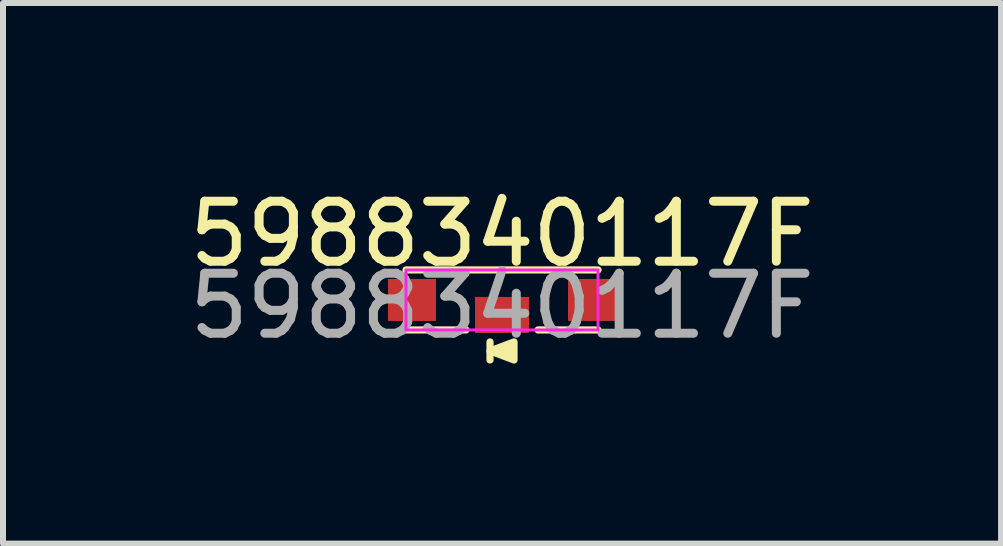
<source format=kicad_pcb>
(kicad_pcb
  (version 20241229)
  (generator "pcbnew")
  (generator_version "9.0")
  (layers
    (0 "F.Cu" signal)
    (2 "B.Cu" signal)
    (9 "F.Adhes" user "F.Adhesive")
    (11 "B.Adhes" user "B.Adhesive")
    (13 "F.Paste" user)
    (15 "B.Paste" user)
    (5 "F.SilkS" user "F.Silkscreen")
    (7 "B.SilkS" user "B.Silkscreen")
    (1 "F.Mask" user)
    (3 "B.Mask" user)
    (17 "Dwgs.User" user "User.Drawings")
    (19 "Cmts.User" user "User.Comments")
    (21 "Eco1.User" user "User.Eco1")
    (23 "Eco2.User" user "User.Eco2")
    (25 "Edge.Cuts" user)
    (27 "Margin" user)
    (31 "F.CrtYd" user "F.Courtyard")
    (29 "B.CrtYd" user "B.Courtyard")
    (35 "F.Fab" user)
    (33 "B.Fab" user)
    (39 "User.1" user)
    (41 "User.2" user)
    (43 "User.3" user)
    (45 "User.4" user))
  (footprint "5988340117F"
    (layer "F.Cu")
    (at 5.315 1.948)
    (property "Reference" "5988340117F" (at 0 -1.1 0) (unlocked yes) (layer "F.SilkS") (effects (font (size 1 1) (thickness 0.15))))
    (attr smd)
    (fp_line (start -1.6 -0.5) (end 1.6 -0.5) (stroke (width 0.12) (type default)) (layer "F.SilkS"))
    (fp_line (start -0.6 0.5) (end -1.6 0.5) (stroke (width 0.12) (type default)) (layer "F.SilkS"))
    (fp_line (start -0.2 0.7) (end -0.2 1) (stroke (width 0.12) (type default)) (layer "F.SilkS"))
    (fp_line (start 1.6 0.5) (end 0.6 0.5) (stroke (width 0.12) (type default)) (layer "F.SilkS"))
    (fp_poly (pts (xy 0.2 0.7) (xy -0.2 0.85) (xy 0.2 1)) (stroke (width 0.12) (type solid)) (fill yes) (layer "F.SilkS"))
    (fp_rect (start -1.6 -0.5) (end 1.6 0.5) (stroke (width 0.05) (type default)) (fill no) (layer "F.CrtYd"))
    (fp_text user "${REFERENCE}" (at 0 0.1 0) (unlocked yes) (layer "F.Fab") (effects (font (size 1 1) (thickness 0.15))))
    (pad "" smd rect (at 0 0.25) (size 0.9 0.6) (layers "F.Cu" "F.Mask" "F.Paste"))
    (pad "1" smd rect (at -1.5 0) (size 0.8 0.7) (layers "F.Cu" "F.Mask" "F.Paste"))
    (pad "2" smd rect (at 1.5 0) (size 0.8 0.7) (layers "F.Cu" "F.Mask" "F.Paste")))
  (gr_rect
    (start -3 -3)
    (end 13.631 6.008)
    (stroke (width 0.1) (type default))
    (fill no)
    (layer "Edge.Cuts")))
</source>
